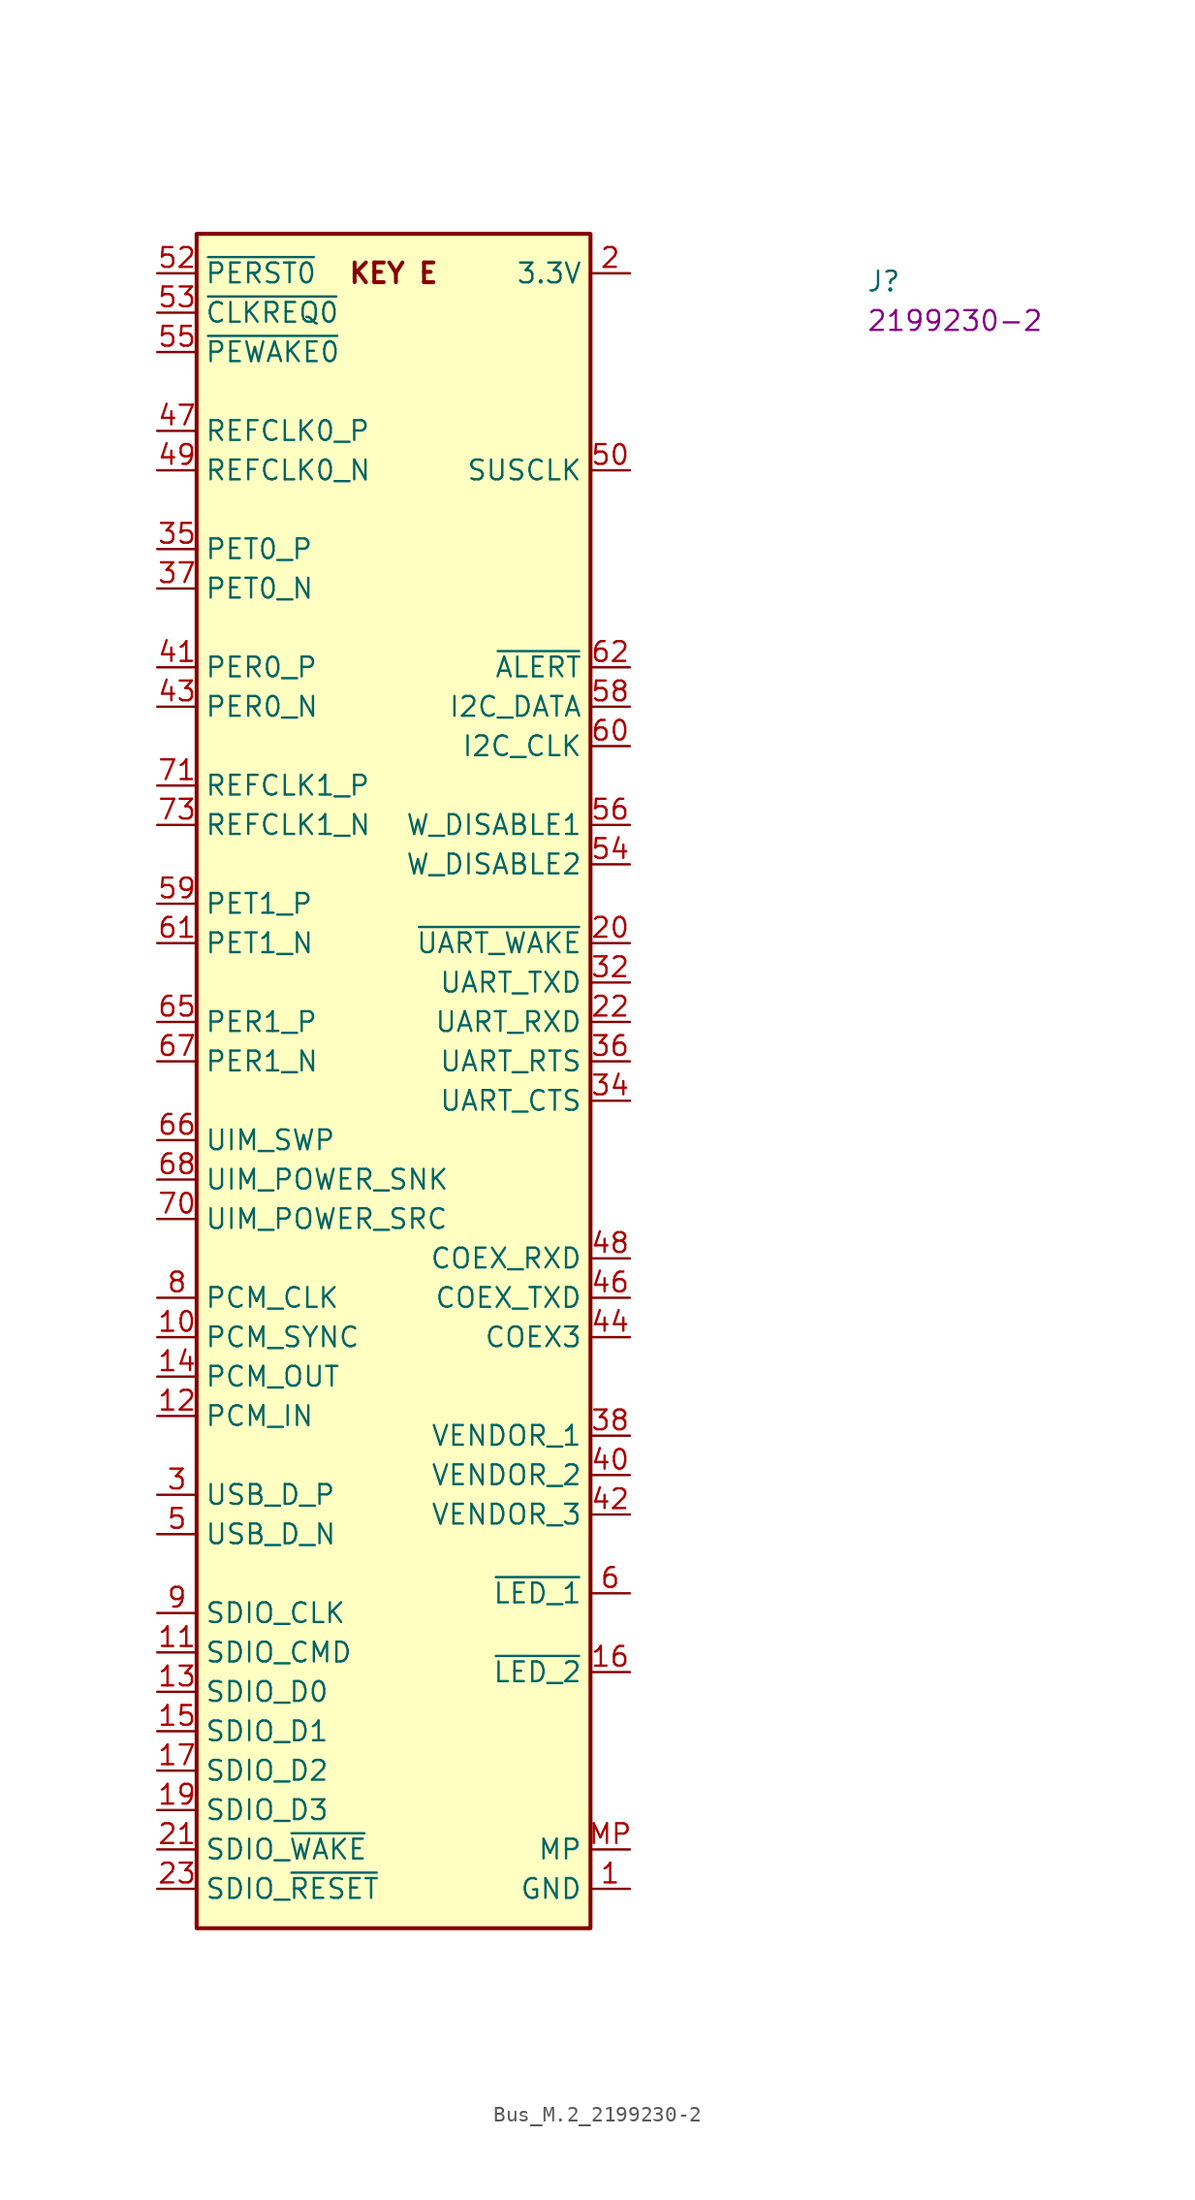
<source format=kicad_sym>
(kicad_symbol_lib
  (version 20220914)
  (generator kicad_symbol_editor)
  (symbol "Bus_M.2_2199230-2"
    (property "Reference" "J"
      (at 45.72 -1.27 0)
      (effects (font (size 1.27 1.27) (thickness 0.15)) (justify left bottom)))
    (property "MPN" "2199230-2"
      (at 45.72 -3.81 0)
      (effects (font (size 1.27 1.27) (thickness 0.15)) (justify left bottom)))
    (symbol "Bus_M.2_2199230-2_0_0"
      (text "KEY E" (at 15.24 0 0) (effects (font (size 1.27 1.27) bold))))
    (symbol "Bus_M.2_2199230-2_1_1"
      (rectangle (start 2.54 2.54) (end 27.94 -106.68) (stroke (width 0.254) (type default)) (fill (type background)))
      (pin power_in line (at 30.48 -104.14 180) (length 2.54) (name "GND" (effects (font (size 1.27 1.27)))) (number "1" (effects (font (size 1.27 1.27)))))
      (pin bidirectional line (at 0 -68.58 0) (length 2.54) (name "PCM_SYNC" (effects (font (size 1.27 1.27)))) (number "10" (effects (font (size 1.27 1.27)))))
      (pin bidirectional line (at 0 -88.9 0) (length 2.54) (name "SDIO_CMD" (effects (font (size 1.27 1.27)))) (number "11" (effects (font (size 1.27 1.27)))))
      (pin bidirectional line (at 0 -73.66 0) (length 2.54) (name "PCM_IN" (effects (font (size 1.27 1.27)))) (number "12" (effects (font (size 1.27 1.27)))))
      (pin bidirectional line (at 0 -91.44 0) (length 2.54) (name "SDIO_D0" (effects (font (size 1.27 1.27)))) (number "13" (effects (font (size 1.27 1.27)))))
      (pin bidirectional line (at 0 -71.12 0) (length 2.54) (name "PCM_OUT" (effects (font (size 1.27 1.27)))) (number "14" (effects (font (size 1.27 1.27)))))
      (pin bidirectional line (at 0 -93.98 0) (length 2.54) (name "SDIO_D1" (effects (font (size 1.27 1.27)))) (number "15" (effects (font (size 1.27 1.27)))))
      (pin output line (at 30.48 -90.17 180) (length 2.54) (name "~{LED_2}" (effects (font (size 1.27 1.27)))) (number "16" (effects (font (size 1.27 1.27)))))
      (pin bidirectional line (at 0 -96.52 0) (length 2.54) (name "SDIO_D2" (effects (font (size 1.27 1.27)))) (number "17" (effects (font (size 1.27 1.27)))))
      (pin passive line (at 30.48 -104.14 180) (length 2.54) hide (name "GND" (effects (font (size 1.27 1.27)))) (number "18" (effects (font (size 1.27 1.27)))))
      (pin bidirectional line (at 0 -99.06 0) (length 2.54) (name "SDIO_D3" (effects (font (size 1.27 1.27)))) (number "19" (effects (font (size 1.27 1.27)))))
      (pin power_in line (at 30.48 0 180) (length 2.54) (name "3.3V" (effects (font (size 1.27 1.27)))) (number "2" (effects (font (size 1.27 1.27)))))
      (pin output line (at 30.48 -43.18 180) (length 2.54) (name "~{UART_WAKE}" (effects (font (size 1.27 1.27)))) (number "20" (effects (font (size 1.27 1.27)))))
      (pin bidirectional line (at 0 -101.6 0) (length 2.54) (name "SDIO_~{WAKE}" (effects (font (size 1.27 1.27)))) (number "21" (effects (font (size 1.27 1.27)))))
      (pin bidirectional line (at 30.48 -48.26 180) (length 2.54) (name "UART_RXD" (effects (font (size 1.27 1.27)))) (number "22" (effects (font (size 1.27 1.27)))))
      (pin input line (at 0 -104.14 0) (length 2.54) (name "SDIO_~{RESET}" (effects (font (size 1.27 1.27)))) (number "23" (effects (font (size 1.27 1.27)))))
      (pin bidirectional line (at 0 -78.74 0) (length 2.54) (name "USB_D_P" (effects (font (size 1.27 1.27)))) (number "3" (effects (font (size 1.27 1.27)))))
      (pin bidirectional line (at 30.48 -45.72 180) (length 2.54) (name "UART_TXD" (effects (font (size 1.27 1.27)))) (number "32" (effects (font (size 1.27 1.27)))))
      (pin passive line (at 30.48 -104.14 180) (length 2.54) hide (name "GND" (effects (font (size 1.27 1.27)))) (number "33" (effects (font (size 1.27 1.27)))))
      (pin bidirectional line (at 30.48 -53.34 180) (length 2.54) (name "UART_CTS" (effects (font (size 1.27 1.27)))) (number "34" (effects (font (size 1.27 1.27)))))
      (pin input line (at 0 -17.78 0) (length 2.54) (name "PET0_P" (effects (font (size 1.27 1.27)))) (number "35" (effects (font (size 1.27 1.27)))))
      (pin bidirectional line (at 30.48 -50.8 180) (length 2.54) (name "UART_RTS" (effects (font (size 1.27 1.27)))) (number "36" (effects (font (size 1.27 1.27)))))
      (pin input line (at 0 -20.32 0) (length 2.54) (name "PET0_N" (effects (font (size 1.27 1.27)))) (number "37" (effects (font (size 1.27 1.27)))))
      (pin bidirectional line (at 30.48 -74.93 180) (length 2.54) (name "VENDOR_1" (effects (font (size 1.27 1.27)))) (number "38" (effects (font (size 1.27 1.27)))))
      (pin passive line (at 30.48 -104.14 180) (length 2.54) hide (name "GND" (effects (font (size 1.27 1.27)))) (number "39" (effects (font (size 1.27 1.27)))))
      (pin passive line (at 30.48 0 180) (length 2.54) hide (name "3.3V" (effects (font (size 1.27 1.27)))) (number "4" (effects (font (size 1.27 1.27)))))
      (pin bidirectional line (at 30.48 -77.47 180) (length 2.54) (name "VENDOR_2" (effects (font (size 1.27 1.27)))) (number "40" (effects (font (size 1.27 1.27)))))
      (pin output line (at 0 -25.4 0) (length 2.54) (name "PER0_P" (effects (font (size 1.27 1.27)))) (number "41" (effects (font (size 1.27 1.27)))))
      (pin bidirectional line (at 30.48 -80.01 180) (length 2.54) (name "VENDOR_3" (effects (font (size 1.27 1.27)))) (number "42" (effects (font (size 1.27 1.27)))))
      (pin output line (at 0 -27.94 0) (length 2.54) (name "PER0_N" (effects (font (size 1.27 1.27)))) (number "43" (effects (font (size 1.27 1.27)))))
      (pin bidirectional line (at 30.48 -68.58 180) (length 2.54) (name "COEX3" (effects (font (size 1.27 1.27)))) (number "44" (effects (font (size 1.27 1.27)))))
      (pin passive line (at 30.48 -104.14 180) (length 2.54) hide (name "GND" (effects (font (size 1.27 1.27)))) (number "45" (effects (font (size 1.27 1.27)))))
      (pin bidirectional line (at 30.48 -66.04 180) (length 2.54) (name "COEX_TXD" (effects (font (size 1.27 1.27)))) (number "46" (effects (font (size 1.27 1.27)))))
      (pin input line (at 0 -10.16 0) (length 2.54) (name "REFCLK0_P" (effects (font (size 1.27 1.27)))) (number "47" (effects (font (size 1.27 1.27)))))
      (pin bidirectional line (at 30.48 -63.5 180) (length 2.54) (name "COEX_RXD" (effects (font (size 1.27 1.27)))) (number "48" (effects (font (size 1.27 1.27)))))
      (pin input line (at 0 -12.7 0) (length 2.54) (name "REFCLK0_N" (effects (font (size 1.27 1.27)))) (number "49" (effects (font (size 1.27 1.27)))))
      (pin bidirectional line (at 0 -81.28 0) (length 2.54) (name "USB_D_N" (effects (font (size 1.27 1.27)))) (number "5" (effects (font (size 1.27 1.27)))))
      (pin input line (at 30.48 -12.7 180) (length 2.54) (name "SUSCLK" (effects (font (size 1.27 1.27)))) (number "50" (effects (font (size 1.27 1.27)))))
      (pin passive line (at 30.48 -104.14 180) (length 2.54) hide (name "GND" (effects (font (size 1.27 1.27)))) (number "51" (effects (font (size 1.27 1.27)))))
      (pin input line (at 0 0 0) (length 2.54) (name "~{PERST0}" (effects (font (size 1.27 1.27)))) (number "52" (effects (font (size 1.27 1.27)))))
      (pin output line (at 0 -2.54 0) (length 2.54) (name "~{CLKREQ0}" (effects (font (size 1.27 1.27)))) (number "53" (effects (font (size 1.27 1.27)))))
      (pin input line (at 30.48 -38.1 180) (length 2.54) (name "W_DISABLE2" (effects (font (size 1.27 1.27)))) (number "54" (effects (font (size 1.27 1.27)))))
      (pin output line (at 0 -5.08 0) (length 2.54) (name "~{PEWAKE0}" (effects (font (size 1.27 1.27)))) (number "55" (effects (font (size 1.27 1.27)))))
      (pin input line (at 30.48 -35.56 180) (length 2.54) (name "W_DISABLE1" (effects (font (size 1.27 1.27)))) (number "56" (effects (font (size 1.27 1.27)))))
      (pin passive line (at 30.48 -104.14 180) (length 2.54) hide (name "GND" (effects (font (size 1.27 1.27)))) (number "57" (effects (font (size 1.27 1.27)))))
      (pin bidirectional line (at 30.48 -27.94 180) (length 2.54) (name "I2C_DATA" (effects (font (size 1.27 1.27)))) (number "58" (effects (font (size 1.27 1.27)))))
      (pin input line (at 0 -40.64 0) (length 2.54) (name "PET1_P" (effects (font (size 1.27 1.27)))) (number "59" (effects (font (size 1.27 1.27)))))
      (pin output line (at 30.48 -85.09 180) (length 2.54) (name "~{LED_1}" (effects (font (size 1.27 1.27)))) (number "6" (effects (font (size 1.27 1.27)))))
      (pin bidirectional line (at 30.48 -30.48 180) (length 2.54) (name "I2C_CLK" (effects (font (size 1.27 1.27)))) (number "60" (effects (font (size 1.27 1.27)))))
      (pin input line (at 0 -43.18 0) (length 2.54) (name "PET1_N" (effects (font (size 1.27 1.27)))) (number "61" (effects (font (size 1.27 1.27)))))
      (pin output line (at 30.48 -25.4 180) (length 2.54) (name "~{ALERT}" (effects (font (size 1.27 1.27)))) (number "62" (effects (font (size 1.27 1.27)))))
      (pin passive line (at 30.48 -104.14 180) (length 2.54) hide (name "GND" (effects (font (size 1.27 1.27)))) (number "63" (effects (font (size 1.27 1.27)))))
      (pin no_connect line (at 27.94 -93.98 180) (length 2.54) hide (name "RFU" (effects (font (size 1.27 1.27)))) (number "64" (effects (font (size 1.27 1.27)))))
      (pin output line (at 0 -48.26 0) (length 2.54) (name "PER1_P" (effects (font (size 1.27 1.27)))) (number "65" (effects (font (size 1.27 1.27)))))
      (pin bidirectional line (at 0 -55.88 0) (length 2.54) (name "UIM_SWP" (effects (font (size 1.27 1.27)))) (number "66" (effects (font (size 1.27 1.27)))))
      (pin output line (at 0 -50.8 0) (length 2.54) (name "PER1_N" (effects (font (size 1.27 1.27)))) (number "67" (effects (font (size 1.27 1.27)))))
      (pin bidirectional line (at 0 -58.42 0) (length 2.54) (name "UIM_POWER_SNK" (effects (font (size 1.27 1.27)))) (number "68" (effects (font (size 1.27 1.27)))))
      (pin passive line (at 30.48 -104.14 180) (length 2.54) hide (name "GND" (effects (font (size 1.27 1.27)))) (number "69" (effects (font (size 1.27 1.27)))))
      (pin passive line (at 30.48 -104.14 180) (length 2.54) hide (name "GND" (effects (font (size 1.27 1.27)))) (number "7" (effects (font (size 1.27 1.27)))))
      (pin bidirectional line (at 0 -60.96 0) (length 2.54) (name "UIM_POWER_SRC" (effects (font (size 1.27 1.27)))) (number "70" (effects (font (size 1.27 1.27)))))
      (pin input line (at 0 -33.02 0) (length 2.54) (name "REFCLK1_P" (effects (font (size 1.27 1.27)))) (number "71" (effects (font (size 1.27 1.27)))))
      (pin passive line (at 30.48 0 180) (length 2.54) hide (name "3.3V" (effects (font (size 1.27 1.27)))) (number "72" (effects (font (size 1.27 1.27)))))
      (pin input line (at 0 -35.56 0) (length 2.54) (name "REFCLK1_N" (effects (font (size 1.27 1.27)))) (number "73" (effects (font (size 1.27 1.27)))))
      (pin passive line (at 30.48 0 180) (length 2.54) hide (name "3.3V" (effects (font (size 1.27 1.27)))) (number "74" (effects (font (size 1.27 1.27)))))
      (pin passive line (at 30.48 -104.14 180) (length 2.54) hide (name "GND" (effects (font (size 1.27 1.27)))) (number "75" (effects (font (size 1.27 1.27)))))
      (pin bidirectional line (at 0 -66.04 0) (length 2.54) (name "PCM_CLK" (effects (font (size 1.27 1.27)))) (number "8" (effects (font (size 1.27 1.27)))))
      (pin input line (at 0 -86.36 0) (length 2.54) (name "SDIO_CLK" (effects (font (size 1.27 1.27)))) (number "9" (effects (font (size 1.27 1.27)))))
      (pin passive line (at 30.48 -101.6 180) (length 2.54) (name "MP" (effects (font (size 1.27 1.27)))) (number "MP" (effects (font (size 1.27 1.27))))))))
</source>
